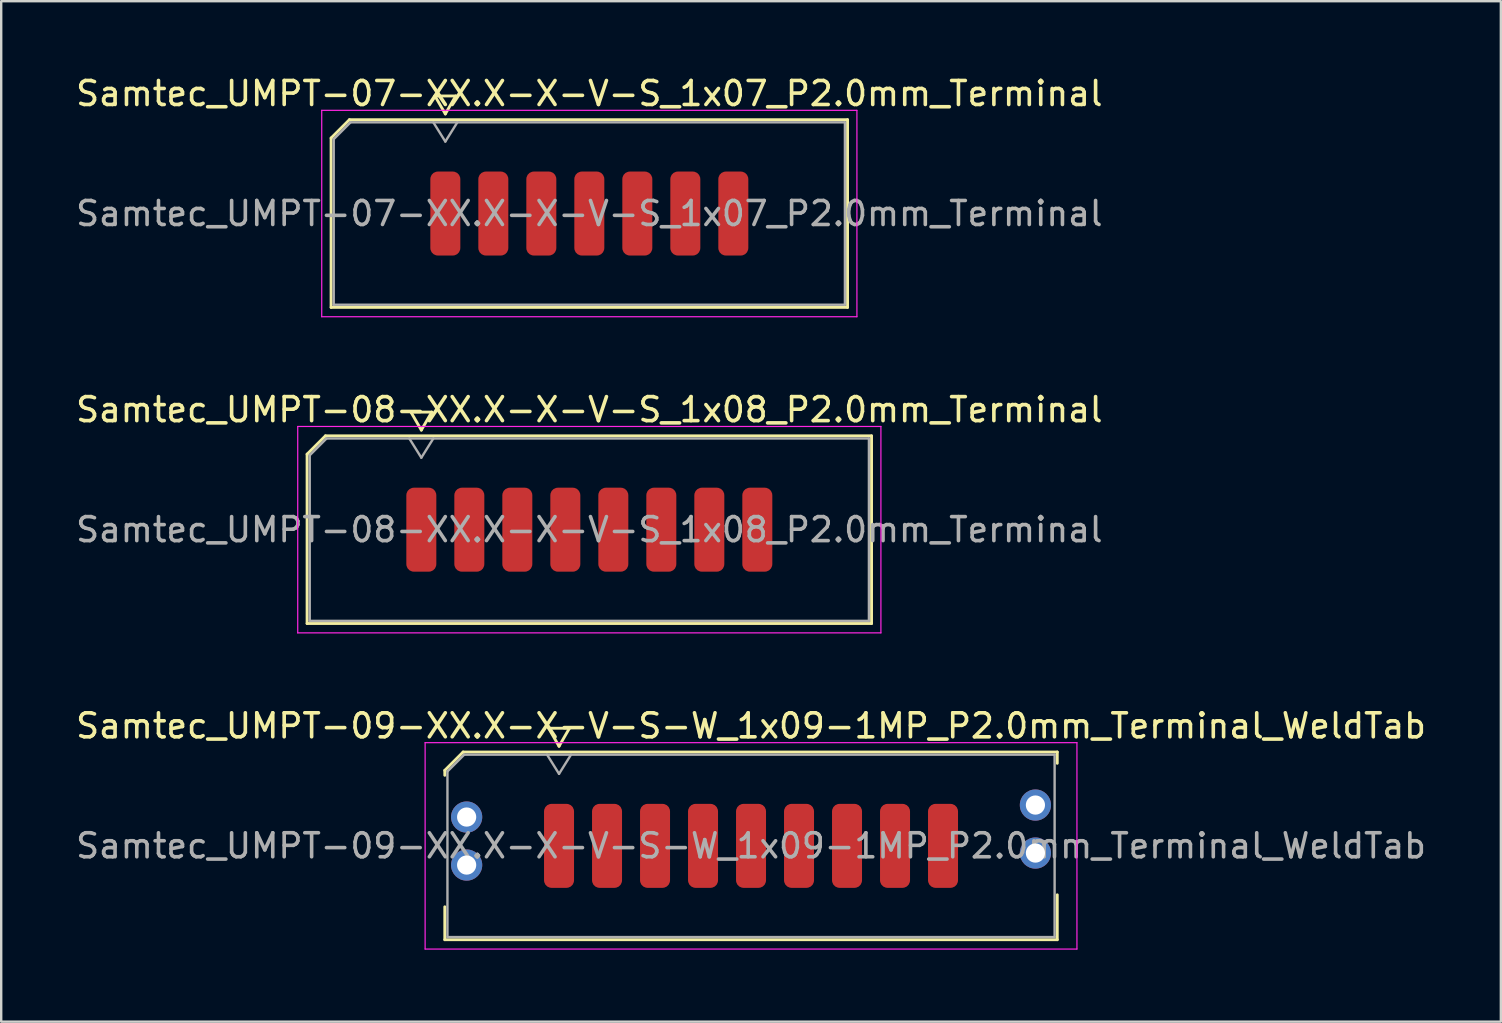
<source format=kicad_pcb>
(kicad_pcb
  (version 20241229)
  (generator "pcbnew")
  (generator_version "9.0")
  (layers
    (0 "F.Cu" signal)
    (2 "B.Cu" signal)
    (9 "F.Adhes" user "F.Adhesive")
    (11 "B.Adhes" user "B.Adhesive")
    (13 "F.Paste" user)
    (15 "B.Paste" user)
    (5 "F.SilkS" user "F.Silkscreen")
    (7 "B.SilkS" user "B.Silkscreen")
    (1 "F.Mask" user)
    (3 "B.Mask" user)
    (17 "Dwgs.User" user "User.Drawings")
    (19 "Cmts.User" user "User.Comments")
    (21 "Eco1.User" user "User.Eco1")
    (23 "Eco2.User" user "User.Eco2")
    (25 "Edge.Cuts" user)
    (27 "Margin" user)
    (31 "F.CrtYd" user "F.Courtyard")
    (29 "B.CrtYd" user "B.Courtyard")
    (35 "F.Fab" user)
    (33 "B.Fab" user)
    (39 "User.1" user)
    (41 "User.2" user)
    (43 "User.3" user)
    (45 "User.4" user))
  (footprint "Samtec_UMPT-08-XX.X-X-V-S_1x08_P2.0mm_Terminal"
    (layer "F.Cu")
    (at 21.506 19.021)
    (property "Reference" "Samtec_UMPT-08-XX.X-X-V-S_1x08_P2.0mm_Terminal" (at 0 -5 0) (layer "F.SilkS") (effects (font (size 1 1) (thickness 0.15))))
    (attr smd)
    (fp_line (start -11.76 -3.146) (end -10.996 -3.91) (stroke (width 0.12) (type solid)) (layer "F.SilkS"))
    (fp_line (start -11.76 3.91) (end -11.76 -3.146) (stroke (width 0.12) (type solid)) (layer "F.SilkS"))
    (fp_line (start -10.996 -3.91) (end 11.76 -3.91) (stroke (width 0.12) (type solid)) (layer "F.SilkS"))
    (fp_line (start -7.433 -4.9) (end -7 -4.15) (stroke (width 0.12) (type solid)) (layer "F.SilkS"))
    (fp_line (start -7 -4.15) (end -6.567 -4.9) (stroke (width 0.12) (type solid)) (layer "F.SilkS"))
    (fp_line (start -6.567 -4.9) (end -7.433 -4.9) (stroke (width 0.12) (type solid)) (layer "F.SilkS"))
    (fp_line (start 11.76 -3.91) (end 11.76 3.91) (stroke (width 0.12) (type solid)) (layer "F.SilkS"))
    (fp_line (start 11.76 3.91) (end -11.76 3.91) (stroke (width 0.12) (type solid)) (layer "F.SilkS"))
    (fp_line (start -12.15 -4.3) (end -12.15 4.3) (stroke (width 0.05) (type solid)) (layer "F.CrtYd"))
    (fp_line (start -12.15 4.3) (end 12.15 4.3) (stroke (width 0.05) (type solid)) (layer "F.CrtYd"))
    (fp_line (start 12.15 -4.3) (end -12.15 -4.3) (stroke (width 0.05) (type solid)) (layer "F.CrtYd"))
    (fp_line (start 12.15 4.3) (end 12.15 -4.3) (stroke (width 0.05) (type solid)) (layer "F.CrtYd"))
    (fp_line (start -11.65 -3.1) (end -10.95 -3.8) (stroke (width 0.1) (type solid)) (layer "F.Fab"))
    (fp_line (start -11.65 3.8) (end -11.65 -3.1) (stroke (width 0.1) (type solid)) (layer "F.Fab"))
    (fp_line (start -10.95 -3.8) (end 11.65 -3.8) (stroke (width 0.1) (type solid)) (layer "F.Fab"))
    (fp_line (start -7.5 -3.8) (end -7 -3) (stroke (width 0.1) (type solid)) (layer "F.Fab"))
    (fp_line (start -7 -3) (end -6.5 -3.8) (stroke (width 0.1) (type solid)) (layer "F.Fab"))
    (fp_line (start 11.65 -3.8) (end 11.65 3.8) (stroke (width 0.1) (type solid)) (layer "F.Fab"))
    (fp_line (start 11.65 3.8) (end -11.65 3.8) (stroke (width 0.1) (type solid)) (layer "F.Fab"))
    (fp_text user "${REFERENCE}" (at 0 0 0) (layer "F.Fab") (effects (font (size 1 1) (thickness 0.15))))
    (pad "1" smd roundrect (at -7 0) (size 1.25 3.5) (layers "F.Cu" "F.Mask" "F.Paste") (roundrect_rratio 0.25))
    (pad "2" smd roundrect (at -5 0) (size 1.25 3.5) (layers "F.Cu" "F.Mask" "F.Paste") (roundrect_rratio 0.25))
    (pad "3" smd roundrect (at -3 0) (size 1.25 3.5) (layers "F.Cu" "F.Mask" "F.Paste") (roundrect_rratio 0.25))
    (pad "4" smd roundrect (at -1 0) (size 1.25 3.5) (layers "F.Cu" "F.Mask" "F.Paste") (roundrect_rratio 0.25))
    (pad "5" smd roundrect (at 1 0) (size 1.25 3.5) (layers "F.Cu" "F.Mask" "F.Paste") (roundrect_rratio 0.25))
    (pad "6" smd roundrect (at 3 0) (size 1.25 3.5) (layers "F.Cu" "F.Mask" "F.Paste") (roundrect_rratio 0.25))
    (pad "7" smd roundrect (at 5 0) (size 1.25 3.5) (layers "F.Cu" "F.Mask" "F.Paste") (roundrect_rratio 0.25))
    (pad "8" smd roundrect (at 7 0) (size 1.25 3.5) (layers "F.Cu" "F.Mask" "F.Paste") (roundrect_rratio 0.25)))
  (footprint "Samtec_UMPT-09-XX.X-X-V-S-W_1x09-1MP_P2.0mm_Terminal_WeldTab"
    (layer "F.Cu")
    (at 28.244 32.195)
    (property "Reference" "Samtec_UMPT-09-XX.X-X-V-S-W_1x09-1MP_P2.0mm_Terminal_WeldTab" (at 0 -5 0) (layer "F.SilkS") (effects (font (size 1 1) (thickness 0.15))))
    (attr smd)
    (fp_line (start -12.76 -3.146) (end -11.996 -3.91) (stroke (width 0.12) (type solid)) (layer "F.SilkS"))
    (fp_line (start -12.76 -2.94) (end -12.76 -3.146) (stroke (width 0.12) (type solid)) (layer "F.SilkS"))
    (fp_line (start -12.76 3.91) (end -12.76 2.54) (stroke (width 0.12) (type solid)) (layer "F.SilkS"))
    (fp_line (start -11.996 -3.91) (end 12.76 -3.91) (stroke (width 0.12) (type solid)) (layer "F.SilkS"))
    (fp_line (start -8.433 -4.9) (end -8 -4.15) (stroke (width 0.12) (type solid)) (layer "F.SilkS"))
    (fp_line (start -8 -4.15) (end -7.567 -4.9) (stroke (width 0.12) (type solid)) (layer "F.SilkS"))
    (fp_line (start -7.567 -4.9) (end -8.433 -4.9) (stroke (width 0.12) (type solid)) (layer "F.SilkS"))
    (fp_line (start 12.76 -3.91) (end 12.76 -3.44) (stroke (width 0.12) (type solid)) (layer "F.SilkS"))
    (fp_line (start 12.76 2.04) (end 12.76 3.91) (stroke (width 0.12) (type solid)) (layer "F.SilkS"))
    (fp_line (start 12.76 3.91) (end -12.76 3.91) (stroke (width 0.12) (type solid)) (layer "F.SilkS"))
    (fp_line (start -13.58 -4.3) (end -13.58 4.3) (stroke (width 0.05) (type solid)) (layer "F.CrtYd"))
    (fp_line (start -13.58 4.3) (end 13.58 4.3) (stroke (width 0.05) (type solid)) (layer "F.CrtYd"))
    (fp_line (start 13.58 -4.3) (end -13.58 -4.3) (stroke (width 0.05) (type solid)) (layer "F.CrtYd"))
    (fp_line (start 13.58 4.3) (end 13.58 -4.3) (stroke (width 0.05) (type solid)) (layer "F.CrtYd"))
    (fp_line (start -12.65 -3.1) (end -11.95 -3.8) (stroke (width 0.1) (type solid)) (layer "F.Fab"))
    (fp_line (start -12.65 3.8) (end -12.65 -3.1) (stroke (width 0.1) (type solid)) (layer "F.Fab"))
    (fp_line (start -11.95 -3.8) (end 12.65 -3.8) (stroke (width 0.1) (type solid)) (layer "F.Fab"))
    (fp_line (start -8.5 -3.8) (end -8 -3) (stroke (width 0.1) (type solid)) (layer "F.Fab"))
    (fp_line (start -8 -3) (end -7.5 -3.8) (stroke (width 0.1) (type solid)) (layer "F.Fab"))
    (fp_line (start 12.65 -3.8) (end 12.65 3.8) (stroke (width 0.1) (type solid)) (layer "F.Fab"))
    (fp_line (start 12.65 3.8) (end -12.65 3.8) (stroke (width 0.1) (type solid)) (layer "F.Fab"))
    (fp_text user "${REFERENCE}" (at 0 0 0) (layer "F.Fab") (effects (font (size 1 1) (thickness 0.15))))
    (pad "" smd rect (at -11.85 -1.54) (size 2.45 2.28) (layers "F.Paste"))
    (pad "" smd rect (at -11.85 1.14) (size 2.45 2.28) (layers "F.Paste"))
    (pad "" smd rect (at 11.85 -2.04) (size 2.45 2.28) (layers "F.Paste"))
    (pad "" smd rect (at 11.85 0.64) (size 2.45 2.28) (layers "F.Paste"))
    (pad "1" smd roundrect (at -8 0) (size 1.25 3.5) (layers "F.Cu" "F.Mask" "F.Paste") (roundrect_rratio 0.25))
    (pad "2" smd roundrect (at -6 0) (size 1.25 3.5) (layers "F.Cu" "F.Mask" "F.Paste") (roundrect_rratio 0.25))
    (pad "3" smd roundrect (at -4 0) (size 1.25 3.5) (layers "F.Cu" "F.Mask" "F.Paste") (roundrect_rratio 0.25))
    (pad "4" smd roundrect (at -2 0) (size 1.25 3.5) (layers "F.Cu" "F.Mask" "F.Paste") (roundrect_rratio 0.25))
    (pad "5" smd roundrect (at 0 0) (size 1.25 3.5) (layers "F.Cu" "F.Mask" "F.Paste") (roundrect_rratio 0.25))
    (pad "6" smd roundrect (at 2 0) (size 1.25 3.5) (layers "F.Cu" "F.Mask" "F.Paste") (roundrect_rratio 0.25))
    (pad "7" smd roundrect (at 4 0) (size 1.25 3.5) (layers "F.Cu" "F.Mask" "F.Paste") (roundrect_rratio 0.25))
    (pad "8" smd roundrect (at 6 0) (size 1.25 3.5) (layers "F.Cu" "F.Mask" "F.Paste") (roundrect_rratio 0.25))
    (pad "9" smd roundrect (at 8 0) (size 1.25 3.5) (layers "F.Cu" "F.Mask" "F.Paste") (roundrect_rratio 0.25))
    (pad "MP" thru_hole circle (at -11.85 -1.2) (size 1.3 1.3) (drill 0.8) (layers "*.Cu" "*.Mask"))
    (pad "MP" thru_hole circle (at -11.85 0.8) (size 1.3 1.3) (drill 0.8) (layers "*.Cu" "*.Mask"))
    (pad "MP" thru_hole circle (at 11.85 -1.7) (size 1.3 1.3) (drill 0.8) (layers "*.Cu" "*.Mask"))
    (pad "MP" thru_hole circle (at 11.85 0.3) (size 1.3 1.3) (drill 0.8) (layers "*.Cu" "*.Mask")))
  (footprint "Samtec_UMPT-07-XX.X-X-V-S_1x07_P2.0mm_Terminal"
    (layer "F.Cu")
    (at 21.506 5.848)
    (property "Reference" "Samtec_UMPT-07-XX.X-X-V-S_1x07_P2.0mm_Terminal" (at 0 -5 0) (layer "F.SilkS") (effects (font (size 1 1) (thickness 0.15))))
    (attr smd)
    (fp_line (start -10.76 -3.146) (end -9.996 -3.91) (stroke (width 0.12) (type solid)) (layer "F.SilkS"))
    (fp_line (start -10.76 3.91) (end -10.76 -3.146) (stroke (width 0.12) (type solid)) (layer "F.SilkS"))
    (fp_line (start -9.996 -3.91) (end 10.76 -3.91) (stroke (width 0.12) (type solid)) (layer "F.SilkS"))
    (fp_line (start -6.433 -4.9) (end -6 -4.15) (stroke (width 0.12) (type solid)) (layer "F.SilkS"))
    (fp_line (start -6 -4.15) (end -5.567 -4.9) (stroke (width 0.12) (type solid)) (layer "F.SilkS"))
    (fp_line (start -5.567 -4.9) (end -6.433 -4.9) (stroke (width 0.12) (type solid)) (layer "F.SilkS"))
    (fp_line (start 10.76 -3.91) (end 10.76 3.91) (stroke (width 0.12) (type solid)) (layer "F.SilkS"))
    (fp_line (start 10.76 3.91) (end -10.76 3.91) (stroke (width 0.12) (type solid)) (layer "F.SilkS"))
    (fp_line (start -11.15 -4.3) (end -11.15 4.3) (stroke (width 0.05) (type solid)) (layer "F.CrtYd"))
    (fp_line (start -11.15 4.3) (end 11.15 4.3) (stroke (width 0.05) (type solid)) (layer "F.CrtYd"))
    (fp_line (start 11.15 -4.3) (end -11.15 -4.3) (stroke (width 0.05) (type solid)) (layer "F.CrtYd"))
    (fp_line (start 11.15 4.3) (end 11.15 -4.3) (stroke (width 0.05) (type solid)) (layer "F.CrtYd"))
    (fp_line (start -10.65 -3.1) (end -9.95 -3.8) (stroke (width 0.1) (type solid)) (layer "F.Fab"))
    (fp_line (start -10.65 3.8) (end -10.65 -3.1) (stroke (width 0.1) (type solid)) (layer "F.Fab"))
    (fp_line (start -9.95 -3.8) (end 10.65 -3.8) (stroke (width 0.1) (type solid)) (layer "F.Fab"))
    (fp_line (start -6.5 -3.8) (end -6 -3) (stroke (width 0.1) (type solid)) (layer "F.Fab"))
    (fp_line (start -6 -3) (end -5.5 -3.8) (stroke (width 0.1) (type solid)) (layer "F.Fab"))
    (fp_line (start 10.65 -3.8) (end 10.65 3.8) (stroke (width 0.1) (type solid)) (layer "F.Fab"))
    (fp_line (start 10.65 3.8) (end -10.65 3.8) (stroke (width 0.1) (type solid)) (layer "F.Fab"))
    (fp_text user "${REFERENCE}" (at 0 0 0) (layer "F.Fab") (effects (font (size 1 1) (thickness 0.15))))
    (pad "1" smd roundrect (at -6 0) (size 1.25 3.5) (layers "F.Cu" "F.Mask" "F.Paste") (roundrect_rratio 0.25))
    (pad "2" smd roundrect (at -4 0) (size 1.25 3.5) (layers "F.Cu" "F.Mask" "F.Paste") (roundrect_rratio 0.25))
    (pad "3" smd roundrect (at -2 0) (size 1.25 3.5) (layers "F.Cu" "F.Mask" "F.Paste") (roundrect_rratio 0.25))
    (pad "4" smd roundrect (at 0 0) (size 1.25 3.5) (layers "F.Cu" "F.Mask" "F.Paste") (roundrect_rratio 0.25))
    (pad "5" smd roundrect (at 2 0) (size 1.25 3.5) (layers "F.Cu" "F.Mask" "F.Paste") (roundrect_rratio 0.25))
    (pad "6" smd roundrect (at 4 0) (size 1.25 3.5) (layers "F.Cu" "F.Mask" "F.Paste") (roundrect_rratio 0.25))
    (pad "7" smd roundrect (at 6 0) (size 1.25 3.5) (layers "F.Cu" "F.Mask" "F.Paste") (roundrect_rratio 0.25)))
  (gr_rect
    (start -3 -3)
    (end 59.488 39.52)
    (stroke (width 0.1) (type default))
    (fill no)
    (layer "Edge.Cuts")))
</source>
